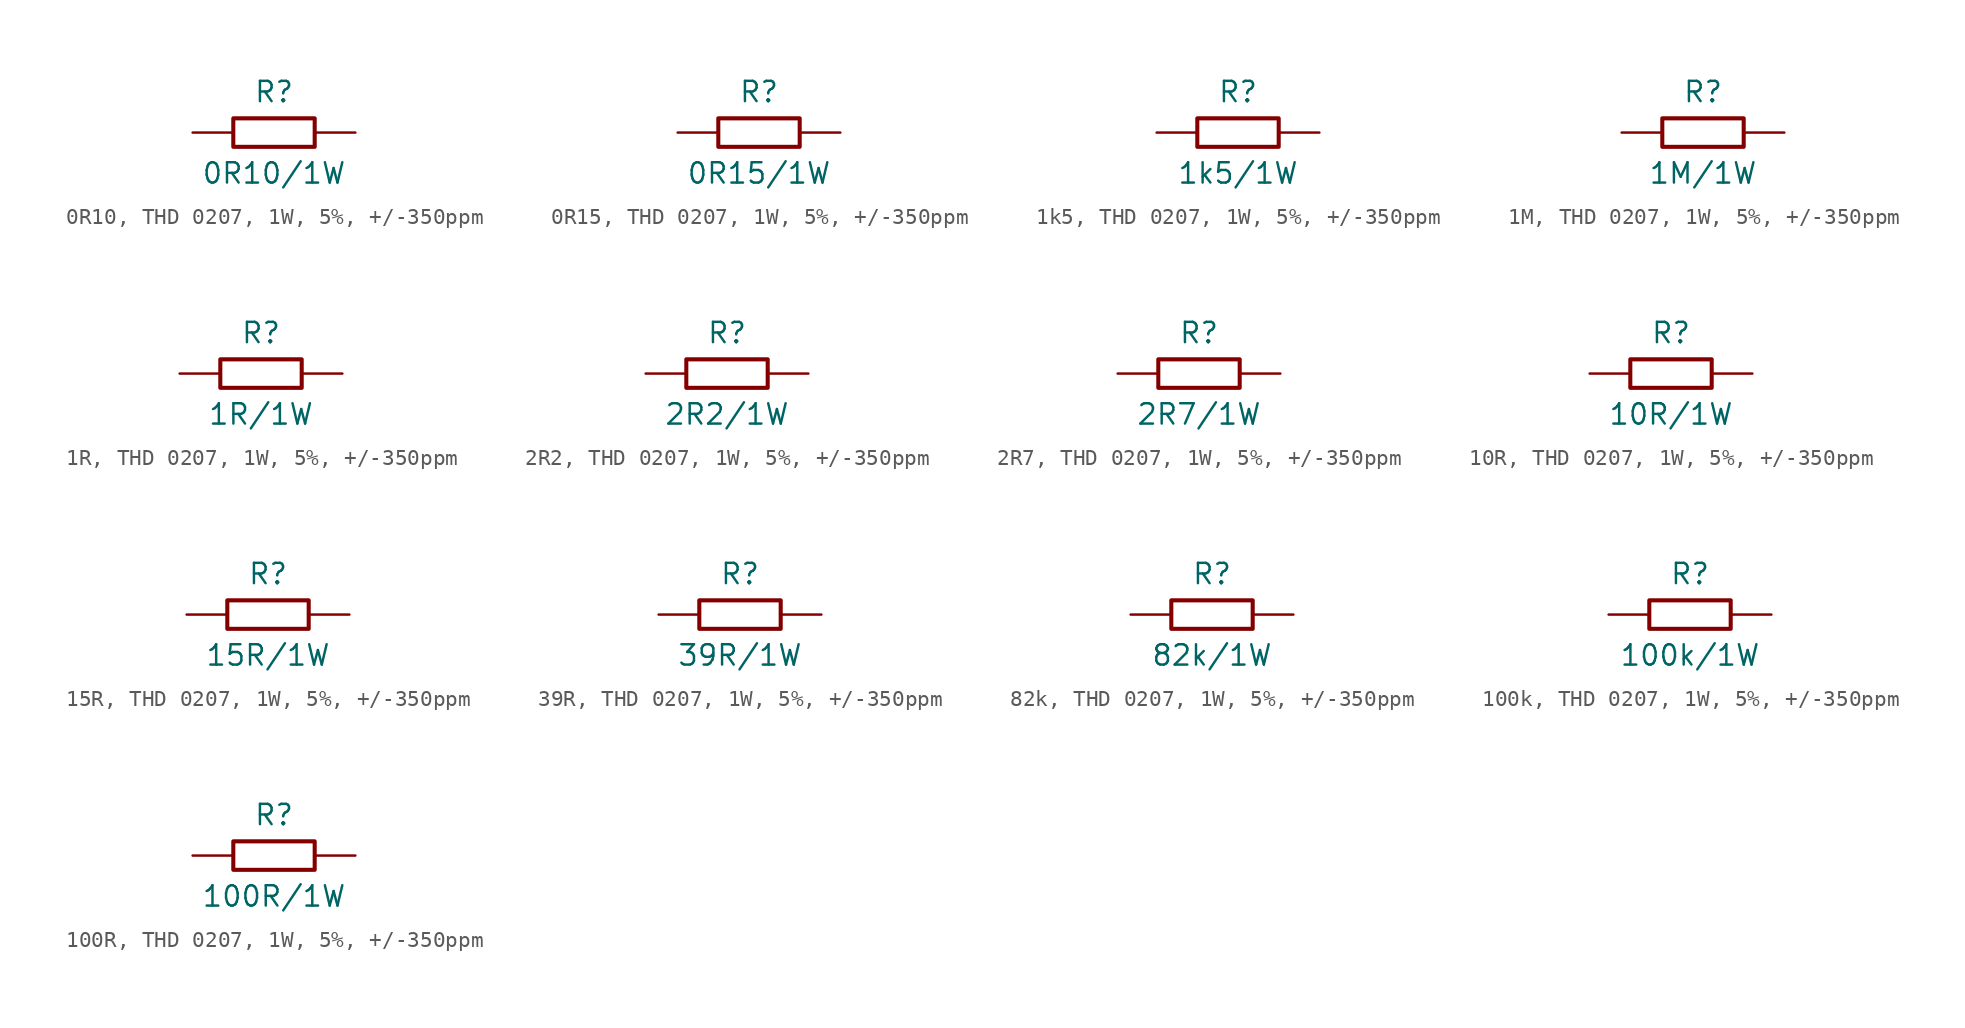
<source format=kicad_sym>
(kicad_symbol_lib
  (version 20220914)
  (generator kicad_symbol_editor)
  (symbol "0R10, THD 0207, 1W, 5%, +/-350ppm"
    (pin_numbers hide)
    (pin_names
      (offset 0) hide)
    (property "Reference" "R"
      (at 0 2.54 0)
      (effects (font (size 1.27 1.27))))
    (property "Value" "0R10/1W"
      (at 0 -2.54 0)
      (effects (font (size 1.27 1.27))))
    (symbol "0R10, THD 0207, 1W, 5%, +/-350ppm_0_1"
      (rectangle (start -2.54 0.889) (end 2.54 -0.889) (stroke (width 0.254) (type default)) (fill (type none))))
    (symbol "0R10, THD 0207, 1W, 5%, +/-350ppm_1_1"
      (pin passive line (at -5.08 0 0) (length 2.54) (name "1" (effects (font (size 1.27 1.27)))) (number "1" (effects (font (size 1.27 1.27)))))
      (pin passive line (at 5.08 0 180) (length 2.54) (name "2" (effects (font (size 1.27 1.27)))) (number "2" (effects (font (size 1.27 1.27)))))))
  (symbol "0R15, THD 0207, 1W, 5%, +/-350ppm"
    (pin_numbers hide)
    (pin_names
      (offset 0) hide)
    (property "Reference" "R"
      (at 0 2.54 0)
      (effects (font (size 1.27 1.27))))
    (property "Value" "0R15/1W"
      (at 0 -2.54 0)
      (effects (font (size 1.27 1.27))))
    (symbol "0R15, THD 0207, 1W, 5%, +/-350ppm_0_1"
      (rectangle (start -2.54 0.889) (end 2.54 -0.889) (stroke (width 0.254) (type default)) (fill (type none))))
    (symbol "0R15, THD 0207, 1W, 5%, +/-350ppm_1_1"
      (pin passive line (at -5.08 0 0) (length 2.54) (name "1" (effects (font (size 1.27 1.27)))) (number "1" (effects (font (size 1.27 1.27)))))
      (pin passive line (at 5.08 0 180) (length 2.54) (name "2" (effects (font (size 1.27 1.27)))) (number "2" (effects (font (size 1.27 1.27)))))))
  (symbol "1k5, THD 0207, 1W, 5%, +/-350ppm"
    (pin_numbers hide)
    (pin_names
      (offset 0) hide)
    (property "Reference" "R"
      (at 0 2.54 0)
      (effects (font (size 1.27 1.27))))
    (property "Value" "1k5/1W"
      (at 0 -2.54 0)
      (effects (font (size 1.27 1.27))))
    (symbol "1k5, THD 0207, 1W, 5%, +/-350ppm_0_1"
      (rectangle (start -2.54 0.889) (end 2.54 -0.889) (stroke (width 0.254) (type default)) (fill (type none))))
    (symbol "1k5, THD 0207, 1W, 5%, +/-350ppm_1_1"
      (pin passive line (at -5.08 0 0) (length 2.54) (name "1" (effects (font (size 1.27 1.27)))) (number "1" (effects (font (size 1.27 1.27)))))
      (pin passive line (at 5.08 0 180) (length 2.54) (name "2" (effects (font (size 1.27 1.27)))) (number "2" (effects (font (size 1.27 1.27)))))))
  (symbol "1M, THD 0207, 1W, 5%, +/-350ppm"
    (pin_numbers hide)
    (pin_names
      (offset 0) hide)
    (property "Reference" "R"
      (at 0 2.54 0)
      (effects (font (size 1.27 1.27))))
    (property "Value" "1M/1W"
      (at 0 -2.54 0)
      (effects (font (size 1.27 1.27))))
    (symbol "1M, THD 0207, 1W, 5%, +/-350ppm_0_1"
      (rectangle (start -2.54 0.889) (end 2.54 -0.889) (stroke (width 0.254) (type default)) (fill (type none))))
    (symbol "1M, THD 0207, 1W, 5%, +/-350ppm_1_1"
      (pin passive line (at -5.08 0 0) (length 2.54) (name "1" (effects (font (size 1.27 1.27)))) (number "1" (effects (font (size 1.27 1.27)))))
      (pin passive line (at 5.08 0 180) (length 2.54) (name "2" (effects (font (size 1.27 1.27)))) (number "2" (effects (font (size 1.27 1.27)))))))
  (symbol "1R, THD 0207, 1W, 5%, +/-350ppm"
    (pin_numbers hide)
    (pin_names
      (offset 0) hide)
    (property "Reference" "R"
      (at 0 2.54 0)
      (effects (font (size 1.27 1.27))))
    (property "Value" "1R/1W"
      (at 0 -2.54 0)
      (effects (font (size 1.27 1.27))))
    (symbol "1R, THD 0207, 1W, 5%, +/-350ppm_0_1"
      (rectangle (start -2.54 0.889) (end 2.54 -0.889) (stroke (width 0.254) (type default)) (fill (type none))))
    (symbol "1R, THD 0207, 1W, 5%, +/-350ppm_1_1"
      (pin passive line (at -5.08 0 0) (length 2.54) (name "1" (effects (font (size 1.27 1.27)))) (number "1" (effects (font (size 1.27 1.27)))))
      (pin passive line (at 5.08 0 180) (length 2.54) (name "2" (effects (font (size 1.27 1.27)))) (number "2" (effects (font (size 1.27 1.27)))))))
  (symbol "2R2, THD 0207, 1W, 5%, +/-350ppm"
    (pin_numbers hide)
    (pin_names
      (offset 0) hide)
    (property "Reference" "R"
      (at 0 2.54 0)
      (effects (font (size 1.27 1.27))))
    (property "Value" "2R2/1W"
      (at 0 -2.54 0)
      (effects (font (size 1.27 1.27))))
    (symbol "2R2, THD 0207, 1W, 5%, +/-350ppm_0_1"
      (rectangle (start -2.54 0.889) (end 2.54 -0.889) (stroke (width 0.254) (type default)) (fill (type none))))
    (symbol "2R2, THD 0207, 1W, 5%, +/-350ppm_1_1"
      (pin passive line (at -5.08 0 0) (length 2.54) (name "1" (effects (font (size 1.27 1.27)))) (number "1" (effects (font (size 1.27 1.27)))))
      (pin passive line (at 5.08 0 180) (length 2.54) (name "2" (effects (font (size 1.27 1.27)))) (number "2" (effects (font (size 1.27 1.27)))))))
  (symbol "2R7, THD 0207, 1W, 5%, +/-350ppm"
    (pin_numbers hide)
    (pin_names
      (offset 0) hide)
    (property "Reference" "R"
      (at 0 2.54 0)
      (effects (font (size 1.27 1.27))))
    (property "Value" "2R7/1W"
      (at 0 -2.54 0)
      (effects (font (size 1.27 1.27))))
    (symbol "2R7, THD 0207, 1W, 5%, +/-350ppm_0_1"
      (rectangle (start -2.54 0.889) (end 2.54 -0.889) (stroke (width 0.254) (type default)) (fill (type none))))
    (symbol "2R7, THD 0207, 1W, 5%, +/-350ppm_1_1"
      (pin passive line (at -5.08 0 0) (length 2.54) (name "1" (effects (font (size 1.27 1.27)))) (number "1" (effects (font (size 1.27 1.27)))))
      (pin passive line (at 5.08 0 180) (length 2.54) (name "2" (effects (font (size 1.27 1.27)))) (number "2" (effects (font (size 1.27 1.27)))))))
  (symbol "10R, THD 0207, 1W, 5%, +/-350ppm"
    (pin_numbers hide)
    (pin_names
      (offset 0) hide)
    (property "Reference" "R"
      (at 0 2.54 0)
      (effects (font (size 1.27 1.27))))
    (property "Value" "10R/1W"
      (at 0 -2.54 0)
      (effects (font (size 1.27 1.27))))
    (symbol "10R, THD 0207, 1W, 5%, +/-350ppm_0_1"
      (rectangle (start -2.54 0.889) (end 2.54 -0.889) (stroke (width 0.254) (type default)) (fill (type none))))
    (symbol "10R, THD 0207, 1W, 5%, +/-350ppm_1_1"
      (pin passive line (at -5.08 0 0) (length 2.54) (name "1" (effects (font (size 1.27 1.27)))) (number "1" (effects (font (size 1.27 1.27)))))
      (pin passive line (at 5.08 0 180) (length 2.54) (name "2" (effects (font (size 1.27 1.27)))) (number "2" (effects (font (size 1.27 1.27)))))))
  (symbol "15R, THD 0207, 1W, 5%, +/-350ppm"
    (pin_numbers hide)
    (pin_names
      (offset 0) hide)
    (property "Reference" "R"
      (at 0 2.54 0)
      (effects (font (size 1.27 1.27))))
    (property "Value" "15R/1W"
      (at 0 -2.54 0)
      (effects (font (size 1.27 1.27))))
    (symbol "15R, THD 0207, 1W, 5%, +/-350ppm_0_1"
      (rectangle (start -2.54 0.889) (end 2.54 -0.889) (stroke (width 0.254) (type default)) (fill (type none))))
    (symbol "15R, THD 0207, 1W, 5%, +/-350ppm_1_1"
      (pin passive line (at -5.08 0 0) (length 2.54) (name "1" (effects (font (size 1.27 1.27)))) (number "1" (effects (font (size 1.27 1.27)))))
      (pin passive line (at 5.08 0 180) (length 2.54) (name "2" (effects (font (size 1.27 1.27)))) (number "2" (effects (font (size 1.27 1.27)))))))
  (symbol "39R, THD 0207, 1W, 5%, +/-350ppm"
    (pin_numbers hide)
    (pin_names
      (offset 0) hide)
    (property "Reference" "R"
      (at 0 2.54 0)
      (effects (font (size 1.27 1.27))))
    (property "Value" "39R/1W"
      (at 0 -2.54 0)
      (effects (font (size 1.27 1.27))))
    (symbol "39R, THD 0207, 1W, 5%, +/-350ppm_0_1"
      (rectangle (start -2.54 0.889) (end 2.54 -0.889) (stroke (width 0.254) (type default)) (fill (type none))))
    (symbol "39R, THD 0207, 1W, 5%, +/-350ppm_1_1"
      (pin passive line (at -5.08 0 0) (length 2.54) (name "1" (effects (font (size 1.27 1.27)))) (number "1" (effects (font (size 1.27 1.27)))))
      (pin passive line (at 5.08 0 180) (length 2.54) (name "2" (effects (font (size 1.27 1.27)))) (number "2" (effects (font (size 1.27 1.27)))))))
  (symbol "82k, THD 0207, 1W, 5%, +/-350ppm"
    (pin_numbers hide)
    (pin_names
      (offset 0) hide)
    (property "Reference" "R"
      (at 0 2.54 0)
      (effects (font (size 1.27 1.27))))
    (property "Value" "82k/1W"
      (at 0 -2.54 0)
      (effects (font (size 1.27 1.27))))
    (symbol "82k, THD 0207, 1W, 5%, +/-350ppm_0_1"
      (rectangle (start -2.54 0.889) (end 2.54 -0.889) (stroke (width 0.254) (type default)) (fill (type none))))
    (symbol "82k, THD 0207, 1W, 5%, +/-350ppm_1_1"
      (pin passive line (at -5.08 0 0) (length 2.54) (name "1" (effects (font (size 1.27 1.27)))) (number "1" (effects (font (size 1.27 1.27)))))
      (pin passive line (at 5.08 0 180) (length 2.54) (name "2" (effects (font (size 1.27 1.27)))) (number "2" (effects (font (size 1.27 1.27)))))))
  (symbol "100k, THD 0207, 1W, 5%, +/-350ppm"
    (pin_numbers hide)
    (pin_names
      (offset 0) hide)
    (property "Reference" "R"
      (at 0 2.54 0)
      (effects (font (size 1.27 1.27))))
    (property "Value" "100k/1W"
      (at 0 -2.54 0)
      (effects (font (size 1.27 1.27))))
    (symbol "100k, THD 0207, 1W, 5%, +/-350ppm_0_1"
      (rectangle (start -2.54 0.889) (end 2.54 -0.889) (stroke (width 0.254) (type default)) (fill (type none))))
    (symbol "100k, THD 0207, 1W, 5%, +/-350ppm_1_1"
      (pin passive line (at -5.08 0 0) (length 2.54) (name "1" (effects (font (size 1.27 1.27)))) (number "1" (effects (font (size 1.27 1.27)))))
      (pin passive line (at 5.08 0 180) (length 2.54) (name "2" (effects (font (size 1.27 1.27)))) (number "2" (effects (font (size 1.27 1.27)))))))
  (symbol "100R, THD 0207, 1W, 5%, +/-350ppm"
    (pin_numbers hide)
    (pin_names
      (offset 0) hide)
    (property "Reference" "R"
      (at 0 2.54 0)
      (effects (font (size 1.27 1.27))))
    (property "Value" "100R/1W"
      (at 0 -2.54 0)
      (effects (font (size 1.27 1.27))))
    (symbol "100R, THD 0207, 1W, 5%, +/-350ppm_0_1"
      (rectangle (start -2.54 0.889) (end 2.54 -0.889) (stroke (width 0.254) (type default)) (fill (type none))))
    (symbol "100R, THD 0207, 1W, 5%, +/-350ppm_1_1"
      (pin passive line (at -5.08 0 0) (length 2.54) (name "1" (effects (font (size 1.27 1.27)))) (number "1" (effects (font (size 1.27 1.27)))))
      (pin passive line (at 5.08 0 180) (length 2.54) (name "2" (effects (font (size 1.27 1.27)))) (number "2" (effects (font (size 1.27 1.27))))))))
</source>
